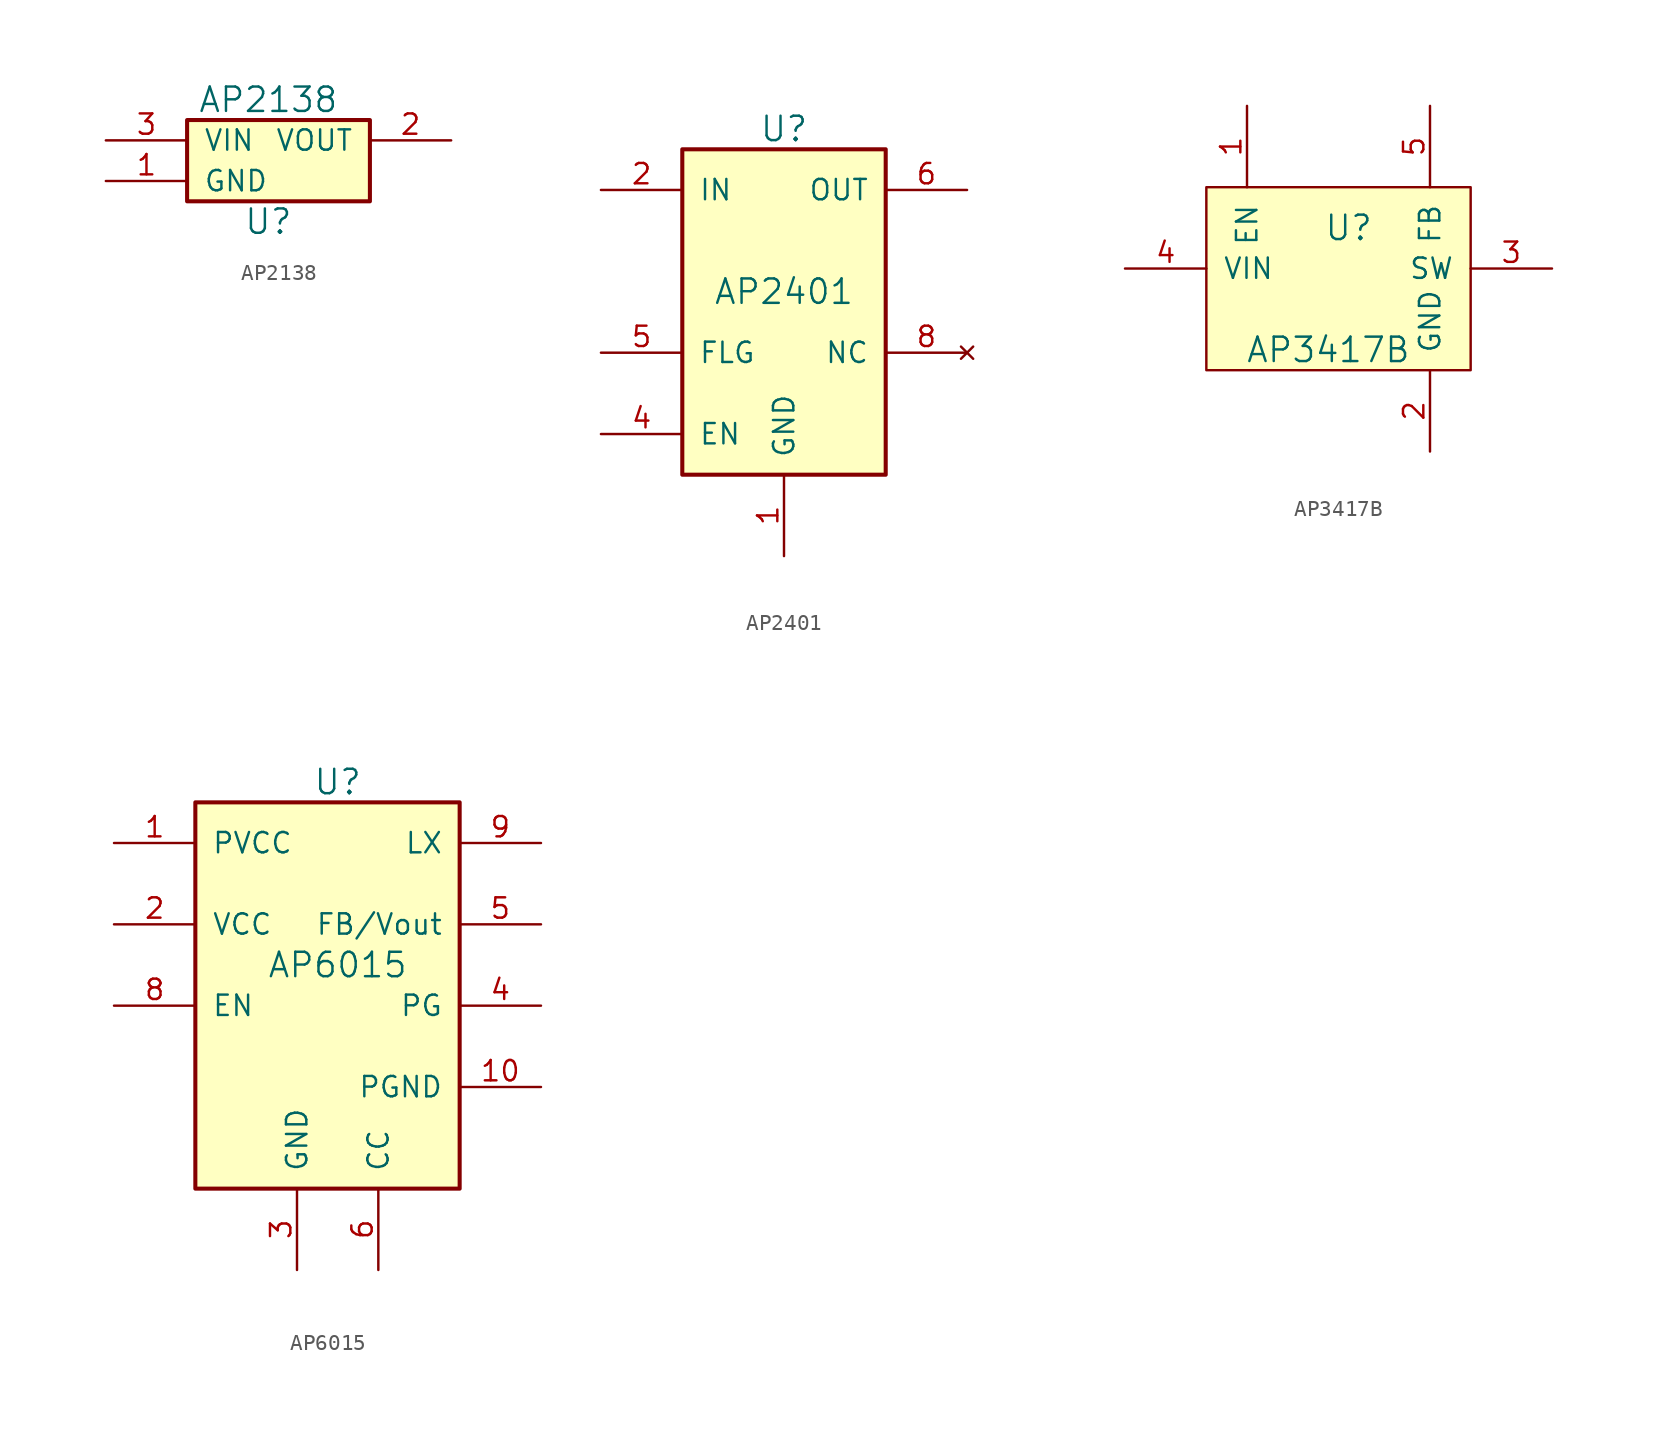
<source format=kicad_sym>
(kicad_symbol_lib
  (version 20241209)
  (generator "kicad_symbol_editor")
  (generator_version "9.0")
  (symbol "AP2138"
    (pin_names
      (offset 1.016))
    (property "Reference" "U"
      (at 0 -5.08 0)
      (effects (font (size 1.524 1.524))))
    (property "Value" "AP2138"
      (at 0 2.54 0)
      (effects (font (size 1.524 1.524))))
    (symbol "AP2138_0_1"
      (rectangle (start -5.08 1.27) (end 6.35 -3.81) (stroke (width 0.254) (type solid)) (fill (type background))))
    (symbol "AP2138_1_1"
      (pin input line (at -10.16 0 0) (length 5.08) (name "VIN" (effects (font (size 1.27 1.27)))) (number "3" (effects (font (size 1.27 1.27)))))
      (pin input line (at -10.16 -2.54 0) (length 5.08) (name "GND" (effects (font (size 1.27 1.27)))) (number "1" (effects (font (size 1.27 1.27)))))
      (pin input line (at 11.43 0 180) (length 5.08) (name "VOUT" (effects (font (size 1.27 1.27)))) (number "2" (effects (font (size 1.27 1.27)))))))
  (symbol "AP2401"
    (pin_names
      (offset 1.016))
    (property "Reference" "U"
      (at 0 7.62 0)
      (effects (font (size 1.524 1.524))))
    (property "Value" "AP2401"
      (at 0 -2.54 0)
      (effects (font (size 1.524 1.524))))
    (symbol "AP2401_0_1"
      (rectangle (start -6.35 6.35) (end 6.35 -13.97) (stroke (width 0.254) (type solid)) (fill (type background))))
    (symbol "AP2401_1_1"
      (pin input line (at -11.43 3.81 0) (length 5.08) (name "IN" (effects (font (size 1.27 1.27)))) (number "2" (effects (font (size 1.27 1.27)))))
      (pin input line (at -11.43 3.81 0) (length 5.08) (hide yes) (name "IN" (effects (font (size 1.27 1.27)))) (number "3" (effects (font (size 1.27 1.27)))))
      (pin input line (at -11.43 -6.35 0) (length 5.08) (name "FLG" (effects (font (size 1.27 1.27)))) (number "5" (effects (font (size 1.27 1.27)))))
      (pin input line (at -11.43 -11.43 0) (length 5.08) (name "EN" (effects (font (size 1.27 1.27)))) (number "4" (effects (font (size 1.27 1.27)))))
      (pin input line (at 0 -19.05 90) (length 5.08) (name "GND" (effects (font (size 1.27 1.27)))) (number "1" (effects (font (size 1.27 1.27)))))
      (pin input line (at 11.43 3.81 180) (length 5.08) (name "OUT" (effects (font (size 1.27 1.27)))) (number "6" (effects (font (size 1.27 1.27)))))
      (pin input line (at 11.43 3.81 180) (length 5.08) (hide yes) (name "OUT" (effects (font (size 1.27 1.27)))) (number "7" (effects (font (size 1.27 1.27)))))
      (pin no_connect line (at 11.43 -6.35 180) (length 5.08) (name "NC" (effects (font (size 1.27 1.27)))) (number "8" (effects (font (size 1.27 1.27)))))))
  (symbol "AP3417B"
    (pin_names
      (offset 1.016))
    (property "Reference" "U"
      (at 0 2.54 0)
      (effects (font (size 1.524 1.524))))
    (property "Value" "AP3417B"
      (at -1.27 -5.08 0)
      (effects (font (size 1.524 1.524))))
    (symbol "AP3417B_0_1"
      (rectangle (start -8.89 5.08) (end 7.62 -6.35) (stroke (width 0) (type solid)) (fill (type background))))
    (symbol "AP3417B_1_1"
      (pin power_in line (at -13.97 0 0) (length 5.08) (name "VIN" (effects (font (size 1.27 1.27)))) (number "4" (effects (font (size 1.27 1.27)))))
      (pin input line (at -6.35 10.16 270) (length 5.08) (name "EN" (effects (font (size 1.27 1.27)))) (number "1" (effects (font (size 1.27 1.27)))))
      (pin bidirectional line (at 5.08 10.16 270) (length 5.08) (name "FB" (effects (font (size 1.27 1.27)))) (number "5" (effects (font (size 1.27 1.27)))))
      (pin power_in line (at 5.08 -11.43 90) (length 5.08) (name "GND" (effects (font (size 1.27 1.27)))) (number "2" (effects (font (size 1.27 1.27)))))
      (pin power_out line (at 12.7 0 180) (length 5.08) (name "SW" (effects (font (size 1.27 1.27)))) (number "3" (effects (font (size 1.27 1.27)))))))
  (symbol "AP6015"
    (pin_names
      (offset 1.016))
    (property "Reference" "U"
      (at 0 11.43 0)
      (effects (font (size 1.524 1.524))))
    (property "Value" "AP6015"
      (at 0 0 0)
      (effects (font (size 1.524 1.524))))
    (symbol "AP6015_0_1"
      (rectangle (start -8.89 10.16) (end 7.62 -13.97) (stroke (width 0.254) (type solid)) (fill (type background))))
    (symbol "AP6015_1_1"
      (pin input line (at -13.97 7.62 0) (length 5.08) (name "PVCC" (effects (font (size 1.27 1.27)))) (number "1" (effects (font (size 1.27 1.27)))))
      (pin input line (at -13.97 2.54 0) (length 5.08) (name "VCC" (effects (font (size 1.27 1.27)))) (number "2" (effects (font (size 1.27 1.27)))))
      (pin input line (at -13.97 -2.54 0) (length 5.08) (name "EN" (effects (font (size 1.27 1.27)))) (number "8" (effects (font (size 1.27 1.27)))))
      (pin no_connect line (at -13.97 -6.35 0) (length 5.08) (hide yes) (name "NC" (effects (font (size 1.27 1.27)))) (number "7" (effects (font (size 1.27 1.27)))))
      (pin input line (at -2.54 -19.05 90) (length 5.08) (name "GND" (effects (font (size 1.27 1.27)))) (number "3" (effects (font (size 1.27 1.27)))))
      (pin input line (at 2.54 -19.05 90) (length 5.08) (name "CC" (effects (font (size 1.27 1.27)))) (number "6" (effects (font (size 1.27 1.27)))))
      (pin input line (at 12.7 7.62 180) (length 5.08) (name "LX" (effects (font (size 1.27 1.27)))) (number "9" (effects (font (size 1.27 1.27)))))
      (pin input line (at 12.7 2.54 180) (length 5.08) (name "FB/Vout" (effects (font (size 1.27 1.27)))) (number "5" (effects (font (size 1.27 1.27)))))
      (pin input line (at 12.7 -2.54 180) (length 5.08) (name "PG" (effects (font (size 1.27 1.27)))) (number "4" (effects (font (size 1.27 1.27)))))
      (pin input line (at 12.7 -7.62 180) (length 5.08) (name "PGND" (effects (font (size 1.27 1.27)))) (number "10" (effects (font (size 1.27 1.27))))))))
</source>
